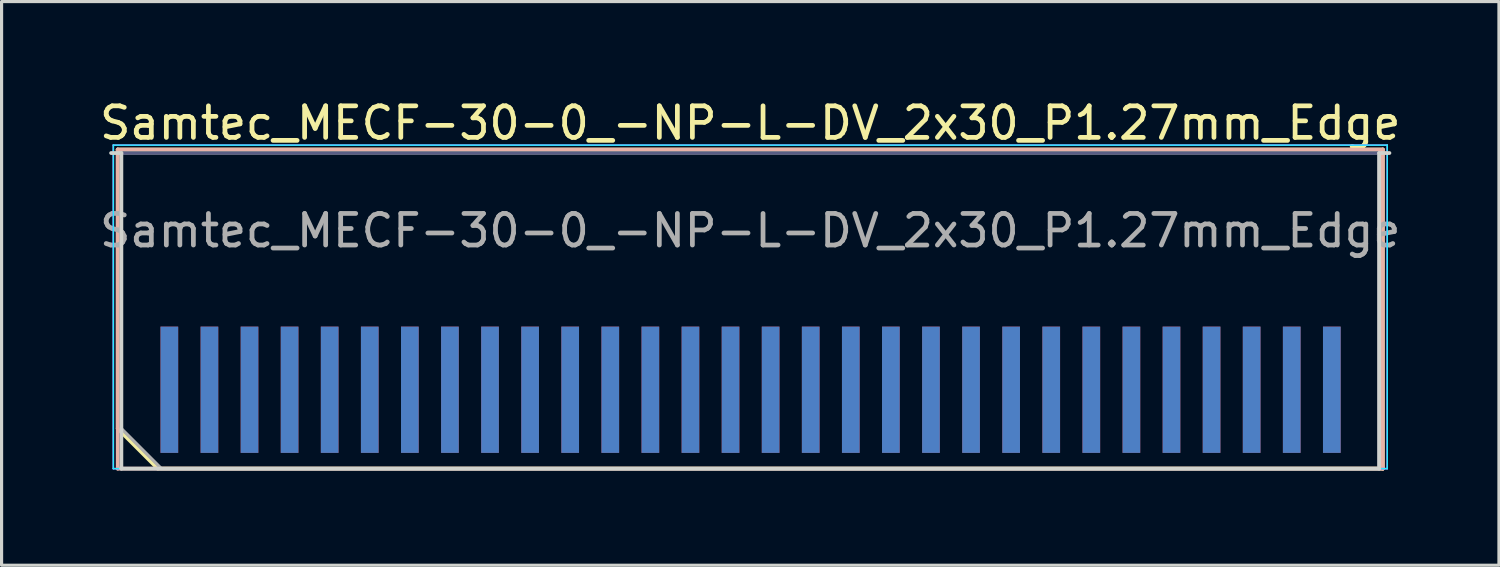
<source format=kicad_pcb>
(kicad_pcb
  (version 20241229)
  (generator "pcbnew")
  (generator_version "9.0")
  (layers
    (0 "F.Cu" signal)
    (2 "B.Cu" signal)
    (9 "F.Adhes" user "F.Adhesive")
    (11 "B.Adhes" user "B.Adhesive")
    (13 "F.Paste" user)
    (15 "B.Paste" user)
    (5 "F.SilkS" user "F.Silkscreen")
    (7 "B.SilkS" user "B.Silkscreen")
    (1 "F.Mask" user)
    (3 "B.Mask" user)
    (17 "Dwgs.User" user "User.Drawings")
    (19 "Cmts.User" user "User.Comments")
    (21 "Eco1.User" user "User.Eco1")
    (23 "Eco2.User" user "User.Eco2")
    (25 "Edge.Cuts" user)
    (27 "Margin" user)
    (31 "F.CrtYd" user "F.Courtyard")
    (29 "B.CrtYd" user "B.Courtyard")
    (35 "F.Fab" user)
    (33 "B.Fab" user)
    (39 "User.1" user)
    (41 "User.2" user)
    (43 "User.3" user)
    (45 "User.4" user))
  (footprint "Samtec_MECF-30-0_-NP-L-DV_2x30_P1.27mm_Edge"
    (layer "F.Cu")
    (at 20.72 6.798)
    (property "Reference" "Samtec_MECF-30-0_-NP-L-DV_2x30_P1.27mm_Edge" (at 0 -5.95 0) (layer "F.SilkS") (effects (font (size 1 1) (thickness 0.15))))
    (attr exclude_from_pos_files exclude_from_bom)
    (fp_line (start -20.04 -5.11) (end 20.04 -5.11) (stroke (width 0.12) (type solid)) (layer "F.SilkS"))
    (fp_line (start -20.04 3.73) (end -20.04 -5.11) (stroke (width 0.12) (type solid)) (layer "F.SilkS"))
    (fp_line (start -18.77 5) (end -20.04 3.73) (stroke (width 0.12) (type solid)) (layer "F.SilkS"))
    (fp_line (start -18.77 5) (end 20.04 5) (stroke (width 0.12) (type solid)) (layer "F.SilkS"))
    (fp_line (start 20.04 5) (end 20.04 -5.11) (stroke (width 0.12) (type solid)) (layer "F.SilkS"))
    (fp_line (start -20.04 -5.11) (end 20.04 -5.11) (stroke (width 0.12) (type solid)) (layer "B.SilkS"))
    (fp_line (start -20.04 5) (end -20.04 -5.11) (stroke (width 0.12) (type solid)) (layer "B.SilkS"))
    (fp_line (start -20.04 5) (end 20.04 5) (stroke (width 0.12) (type solid)) (layer "B.SilkS"))
    (fp_line (start 20.04 5) (end 20.04 -5.11) (stroke (width 0.12) (type solid)) (layer "B.SilkS"))
    (fp_line (start -20.25 -5) (end -19.925 -5) (stroke (width 0.12) (type solid)) (layer "Edge.Cuts"))
    (fp_line (start -19.925 5) (end -19.925 -5) (stroke (width 0.12) (type solid)) (layer "Edge.Cuts"))
    (fp_line (start -19.925 5) (end 19.925 5) (stroke (width 0.12) (type solid)) (layer "Edge.Cuts"))
    (fp_line (start 19.925 5) (end 19.925 -5) (stroke (width 0.12) (type solid)) (layer "Edge.Cuts"))
    (fp_line (start 20.25 -5) (end 19.925 -5) (stroke (width 0.12) (type solid)) (layer "Edge.Cuts"))
    (fp_line (start -20.18 -5.25) (end -20.18 5) (stroke (width 0.05) (type solid)) (layer "B.CrtYd"))
    (fp_line (start -20.18 5) (end 20.18 5) (stroke (width 0.05) (type solid)) (layer "B.CrtYd"))
    (fp_line (start 20.18 -5.25) (end -20.18 -5.25) (stroke (width 0.05) (type solid)) (layer "B.CrtYd"))
    (fp_line (start 20.18 5) (end 20.18 -5.25) (stroke (width 0.05) (type solid)) (layer "B.CrtYd"))
    (fp_line (start -20.18 -5.25) (end -20.18 5) (stroke (width 0.05) (type solid)) (layer "F.CrtYd"))
    (fp_line (start -20.18 5) (end 20.18 5) (stroke (width 0.05) (type solid)) (layer "F.CrtYd"))
    (fp_line (start 20.18 -5.25) (end -20.18 -5.25) (stroke (width 0.05) (type solid)) (layer "F.CrtYd"))
    (fp_line (start 20.18 5) (end 20.18 -5.25) (stroke (width 0.05) (type solid)) (layer "F.CrtYd"))
    (fp_line (start -19.925 -5) (end 19.925 -5) (stroke (width 0.1) (type solid)) (layer "B.Fab"))
    (fp_line (start -19.925 5) (end -19.925 -5) (stroke (width 0.1) (type solid)) (layer "B.Fab"))
    (fp_line (start -19.925 5) (end 19.925 5) (stroke (width 0.1) (type solid)) (layer "B.Fab"))
    (fp_line (start 19.925 5) (end 19.925 -5) (stroke (width 0.1) (type solid)) (layer "B.Fab"))
    (fp_line (start -19.925 -5) (end 19.925 -5) (stroke (width 0.1) (type solid)) (layer "F.Fab"))
    (fp_line (start -19.925 3.73) (end -19.925 -5) (stroke (width 0.1) (type solid)) (layer "F.Fab"))
    (fp_line (start -19.925 3.73) (end -18.655 5) (stroke (width 0.1) (type solid)) (layer "F.Fab"))
    (fp_line (start -18.655 5) (end 19.925 5) (stroke (width 0.1) (type solid)) (layer "F.Fab"))
    (fp_line (start 19.925 5) (end 19.925 -5) (stroke (width 0.1) (type solid)) (layer "F.Fab"))
    (fp_text user "${REFERENCE}" (at 0 -2.54 0) (layer "F.Fab") (effects (font (size 1 1) (thickness 0.15))))
    (pad "1" connect rect (at -18.405 2.5) (size 0.56 4) (layers "F.Cu" "F.Mask"))
    (pad "2" connect rect (at -18.405 2.5) (size 0.56 4) (layers "B.Cu" "B.Mask"))
    (pad "3" connect rect (at -17.135 2.5) (size 0.56 4) (layers "F.Cu" "F.Mask"))
    (pad "4" connect rect (at -17.135 2.5) (size 0.56 4) (layers "B.Cu" "B.Mask"))
    (pad "5" connect rect (at -15.865 2.5) (size 0.56 4) (layers "F.Cu" "F.Mask"))
    (pad "6" connect rect (at -15.865 2.5) (size 0.56 4) (layers "B.Cu" "B.Mask"))
    (pad "7" connect rect (at -14.595 2.5) (size 0.56 4) (layers "F.Cu" "F.Mask"))
    (pad "8" connect rect (at -14.595 2.5) (size 0.56 4) (layers "B.Cu" "B.Mask"))
    (pad "9" connect rect (at -13.325 2.5) (size 0.56 4) (layers "F.Cu" "F.Mask"))
    (pad "10" connect rect (at -13.325 2.5) (size 0.56 4) (layers "B.Cu" "B.Mask"))
    (pad "11" connect rect (at -12.055 2.5) (size 0.56 4) (layers "F.Cu" "F.Mask"))
    (pad "12" connect rect (at -12.055 2.5) (size 0.56 4) (layers "B.Cu" "B.Mask"))
    (pad "13" connect rect (at -10.785 2.5) (size 0.56 4) (layers "F.Cu" "F.Mask"))
    (pad "14" connect rect (at -10.785 2.5) (size 0.56 4) (layers "B.Cu" "B.Mask"))
    (pad "15" connect rect (at -9.515 2.5) (size 0.56 4) (layers "F.Cu" "F.Mask"))
    (pad "16" connect rect (at -9.515 2.5) (size 0.56 4) (layers "B.Cu" "B.Mask"))
    (pad "17" connect rect (at -8.245 2.5) (size 0.56 4) (layers "F.Cu" "F.Mask"))
    (pad "18" connect rect (at -8.245 2.5) (size 0.56 4) (layers "B.Cu" "B.Mask"))
    (pad "19" connect rect (at -6.975 2.5) (size 0.56 4) (layers "F.Cu" "F.Mask"))
    (pad "20" connect rect (at -6.975 2.5) (size 0.56 4) (layers "B.Cu" "B.Mask"))
    (pad "21" connect rect (at -5.705 2.5) (size 0.56 4) (layers "F.Cu" "F.Mask"))
    (pad "22" connect rect (at -5.705 2.5) (size 0.56 4) (layers "B.Cu" "B.Mask"))
    (pad "23" connect rect (at -4.435 2.5) (size 0.56 4) (layers "F.Cu" "F.Mask"))
    (pad "24" connect rect (at -4.435 2.5) (size 0.56 4) (layers "B.Cu" "B.Mask"))
    (pad "25" connect rect (at -3.165 2.5) (size 0.56 4) (layers "F.Cu" "F.Mask"))
    (pad "26" connect rect (at -3.165 2.5) (size 0.56 4) (layers "B.Cu" "B.Mask"))
    (pad "27" connect rect (at -1.895 2.5) (size 0.56 4) (layers "F.Cu" "F.Mask"))
    (pad "28" connect rect (at -1.895 2.5) (size 0.56 4) (layers "B.Cu" "B.Mask"))
    (pad "29" connect rect (at -0.625 2.5) (size 0.56 4) (layers "F.Cu" "F.Mask"))
    (pad "30" connect rect (at -0.625 2.5) (size 0.56 4) (layers "B.Cu" "B.Mask"))
    (pad "31" connect rect (at 0.645 2.5) (size 0.56 4) (layers "F.Cu" "F.Mask"))
    (pad "32" connect rect (at 0.645 2.5) (size 0.56 4) (layers "B.Cu" "B.Mask"))
    (pad "33" connect rect (at 1.915 2.5) (size 0.56 4) (layers "F.Cu" "F.Mask"))
    (pad "34" connect rect (at 1.915 2.5) (size 0.56 4) (layers "B.Cu" "B.Mask"))
    (pad "35" connect rect (at 3.185 2.5) (size 0.56 4) (layers "F.Cu" "F.Mask"))
    (pad "36" connect rect (at 3.185 2.5) (size 0.56 4) (layers "B.Cu" "B.Mask"))
    (pad "37" connect rect (at 4.455 2.5) (size 0.56 4) (layers "F.Cu" "F.Mask"))
    (pad "38" connect rect (at 4.455 2.5) (size 0.56 4) (layers "B.Cu" "B.Mask"))
    (pad "39" connect rect (at 5.725 2.5) (size 0.56 4) (layers "F.Cu" "F.Mask"))
    (pad "40" connect rect (at 5.725 2.5) (size 0.56 4) (layers "B.Cu" "B.Mask"))
    (pad "41" connect rect (at 6.995 2.5) (size 0.56 4) (layers "F.Cu" "F.Mask"))
    (pad "42" connect rect (at 6.995 2.5) (size 0.56 4) (layers "B.Cu" "B.Mask"))
    (pad "43" connect rect (at 8.265 2.5) (size 0.56 4) (layers "F.Cu" "F.Mask"))
    (pad "44" connect rect (at 8.265 2.5) (size 0.56 4) (layers "B.Cu" "B.Mask"))
    (pad "45" connect rect (at 9.535 2.5) (size 0.56 4) (layers "F.Cu" "F.Mask"))
    (pad "46" connect rect (at 9.535 2.5) (size 0.56 4) (layers "B.Cu" "B.Mask"))
    (pad "47" connect rect (at 10.805 2.5) (size 0.56 4) (layers "F.Cu" "F.Mask"))
    (pad "48" connect rect (at 10.805 2.5) (size 0.56 4) (layers "B.Cu" "B.Mask"))
    (pad "49" connect rect (at 12.075 2.5) (size 0.56 4) (layers "F.Cu" "F.Mask"))
    (pad "50" connect rect (at 12.075 2.5) (size 0.56 4) (layers "B.Cu" "B.Mask"))
    (pad "51" connect rect (at 13.345 2.5) (size 0.56 4) (layers "F.Cu" "F.Mask"))
    (pad "52" connect rect (at 13.345 2.5) (size 0.56 4) (layers "B.Cu" "B.Mask"))
    (pad "53" connect rect (at 14.615 2.5) (size 0.56 4) (layers "F.Cu" "F.Mask"))
    (pad "54" connect rect (at 14.615 2.5) (size 0.56 4) (layers "B.Cu" "B.Mask"))
    (pad "55" connect rect (at 15.885 2.5) (size 0.56 4) (layers "F.Cu" "F.Mask"))
    (pad "56" connect rect (at 15.885 2.5) (size 0.56 4) (layers "B.Cu" "B.Mask"))
    (pad "57" connect rect (at 17.155 2.5) (size 0.56 4) (layers "F.Cu" "F.Mask"))
    (pad "58" connect rect (at 17.155 2.5) (size 0.56 4) (layers "B.Cu" "B.Mask"))
    (pad "59" connect rect (at 18.425 2.5) (size 0.56 4) (layers "F.Cu" "F.Mask"))
    (pad "60" connect rect (at 18.425 2.5) (size 0.56 4) (layers "B.Cu" "B.Mask")))
  (gr_rect
    (start -3 -3)
    (end 44.44 14.858)
    (stroke (width 0.1) (type default))
    (fill no)
    (layer "Edge.Cuts")))
</source>
